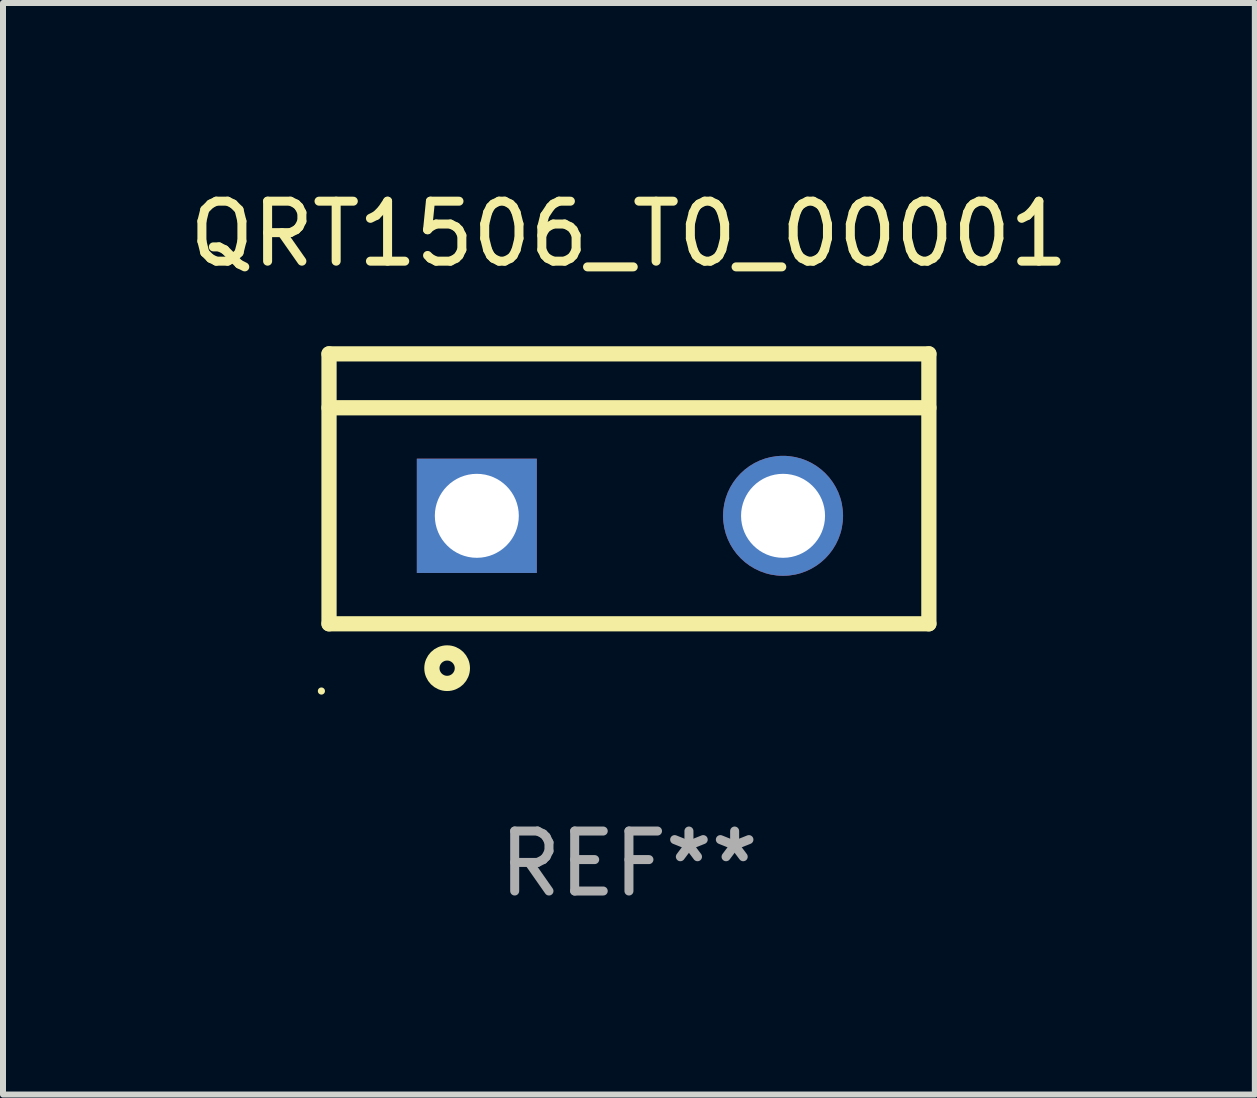
<source format=kicad_pcb>
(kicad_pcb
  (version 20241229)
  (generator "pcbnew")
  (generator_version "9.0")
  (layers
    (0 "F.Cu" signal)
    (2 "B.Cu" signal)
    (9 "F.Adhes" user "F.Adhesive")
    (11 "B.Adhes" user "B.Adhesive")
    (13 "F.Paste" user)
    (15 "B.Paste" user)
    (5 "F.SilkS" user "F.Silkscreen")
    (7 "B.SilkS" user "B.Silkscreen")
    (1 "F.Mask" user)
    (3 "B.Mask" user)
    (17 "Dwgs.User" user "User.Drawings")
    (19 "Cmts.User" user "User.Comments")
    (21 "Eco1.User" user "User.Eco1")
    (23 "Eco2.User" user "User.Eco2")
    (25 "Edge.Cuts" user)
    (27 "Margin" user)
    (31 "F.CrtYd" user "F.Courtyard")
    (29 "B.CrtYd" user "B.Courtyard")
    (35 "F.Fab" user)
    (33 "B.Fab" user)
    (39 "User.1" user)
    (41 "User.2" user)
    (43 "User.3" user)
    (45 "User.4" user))
  (footprint "QRT1506_T0_00001"
    (layer "F.Cu")
    (at 7.435 5.099)
    (property "Reference" "QRT1506_T0_00001" (at 0 -4.25 0) (layer "F.SilkS") (effects (font (size 1 1) (thickness 0.15))))
    (attr through_hole)
    (fp_line (start -5 -2.25) (end 5 -2.25) (stroke (width 0.254) (type solid)) (layer "F.SilkS"))
    (fp_line (start -5 -1.351) (end 5 -1.351) (stroke (width 0.254) (type solid)) (layer "F.SilkS"))
    (fp_line (start -5 2.25) (end -5 -2.25) (stroke (width 0.254) (type solid)) (layer "F.SilkS"))
    (fp_line (start -5 2.25) (end 5 2.25) (stroke (width 0.254) (type solid)) (layer "F.SilkS"))
    (fp_line (start 5 2.25) (end 5 -2.25) (stroke (width 0.254) (type solid)) (layer "F.SilkS"))
    (fp_circle (center -5.127 3.371) (end -5.097 3.371) (stroke (width 0.06) (type solid)) (fill no) (layer "F.SilkS"))
    (fp_circle (center -3.031 2.99) (end -2.777 2.99) (stroke (width 0.254) (type solid)) (fill no) (layer "F.SilkS"))
    (fp_text user "REF**" (at 0 6.25 0) (layer "F.Fab") (effects (font (size 1 1) (thickness 0.15))))
    (pad "1" thru_hole rect (at -2.536 0.45 90) (size 1.905 2) (drill 1.4) (layers "*.Cu" "*.Mask"))
    (pad "3" thru_hole circle (at 2.569 0.45) (size 2 2) (drill 1.4) (layers "*.Cu" "*.Mask")))
  (gr_rect
    (start -3 -3)
    (end 17.869 15.197)
    (stroke (width 0.1) (type default))
    (fill no)
    (layer "Edge.Cuts")))
</source>
